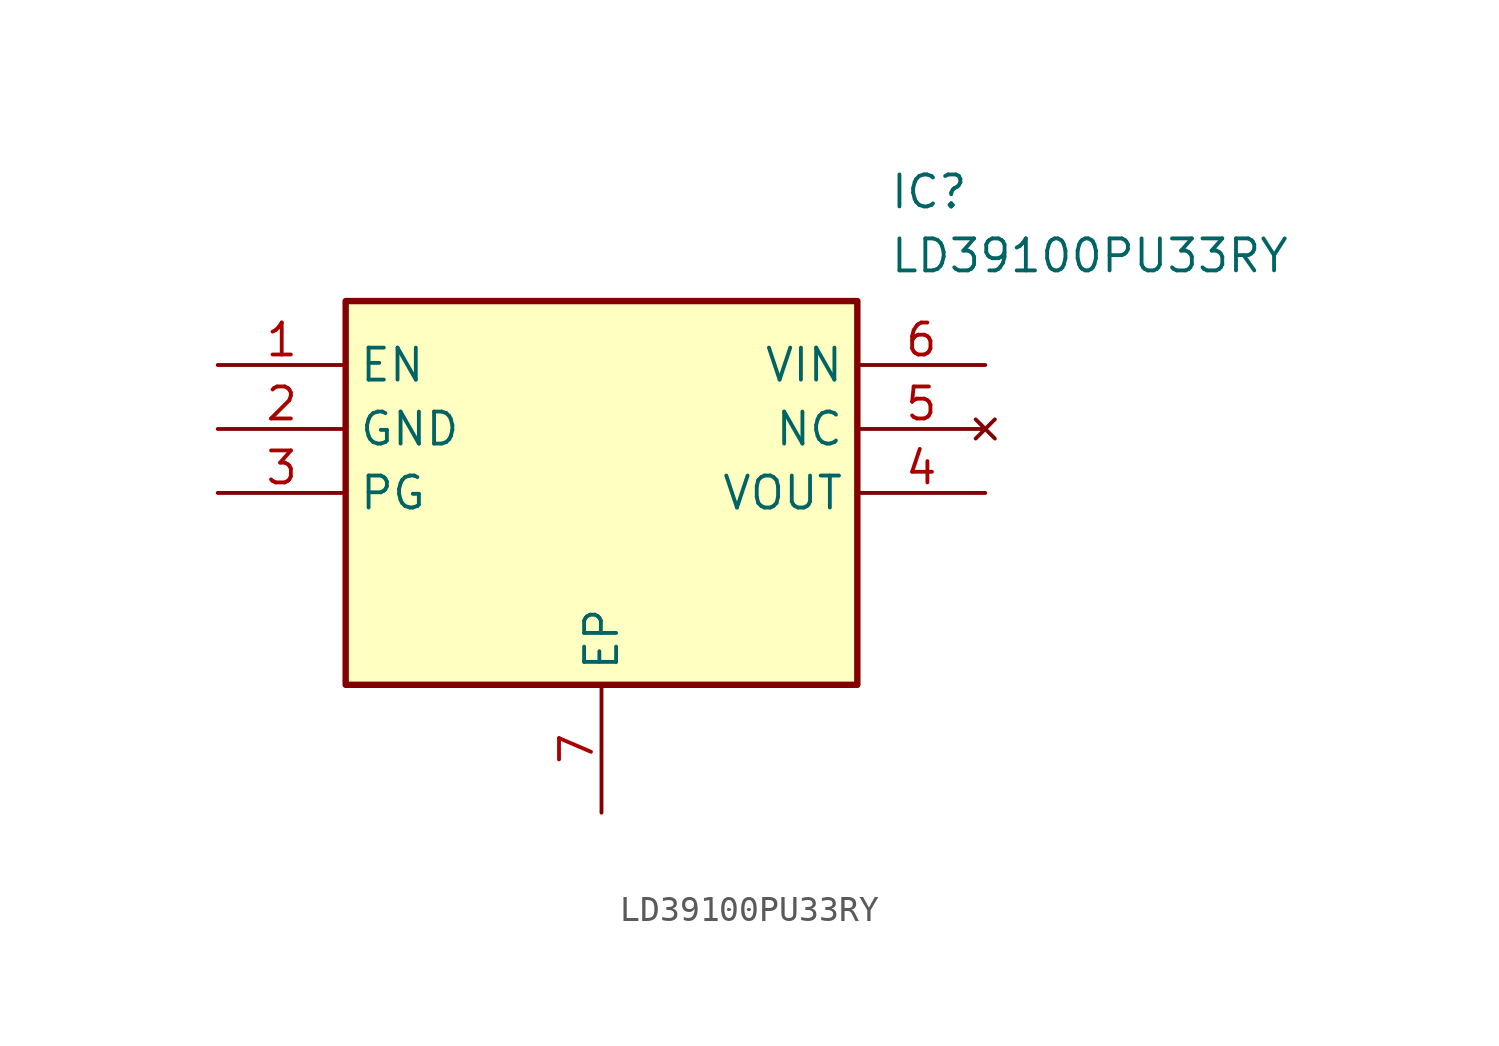
<source format=kicad_sym>
(kicad_symbol_lib
  (version 20211014)
  (generator SamacSys_ECAD_Model)
  (symbol "LD39100PU33RY"
    (property "Reference" "IC"
      (at 26.67 7.62 0)
      (effects (font (size 1.27 1.27)) (justify left top)))
    (property "Value" "LD39100PU33RY"
      (at 26.67 5.08 0)
      (effects (font (size 1.27 1.27)) (justify left top)))
    (rectangle
      (start 5.08 2.54)
      (end 25.4 -12.7)
      (stroke (width 0.254) (type default))
      (fill (type background)))
    (pin passive line
      (at 0 0 0)
      (length 5.08)
      (name "EN" (effects (font (size 1.27 1.27))))
      (number "1" (effects (font (size 1.27 1.27)))))
    (pin passive line
      (at 0 -2.54 0)
      (length 5.08)
      (name "GND" (effects (font (size 1.27 1.27))))
      (number "2" (effects (font (size 1.27 1.27)))))
    (pin passive line
      (at 0 -5.08 0)
      (length 5.08)
      (name "PG" (effects (font (size 1.27 1.27))))
      (number "3" (effects (font (size 1.27 1.27)))))
    (pin passive line
      (at 15.24 -17.78 90)
      (length 5.08)
      (name "EP" (effects (font (size 1.27 1.27))))
      (number "7" (effects (font (size 1.27 1.27)))))
    (pin passive line
      (at 30.48 0 180)
      (length 5.08)
      (name "VIN" (effects (font (size 1.27 1.27))))
      (number "6" (effects (font (size 1.27 1.27)))))
    (pin no_connect line
      (at 30.48 -2.54 180)
      (length 5.08)
      (name "NC" (effects (font (size 1.27 1.27))))
      (number "5" (effects (font (size 1.27 1.27)))))
    (pin passive line
      (at 30.48 -5.08 180)
      (length 5.08)
      (name "VOUT" (effects (font (size 1.27 1.27))))
      (number "4" (effects (font (size 1.27 1.27)))))))
</source>
